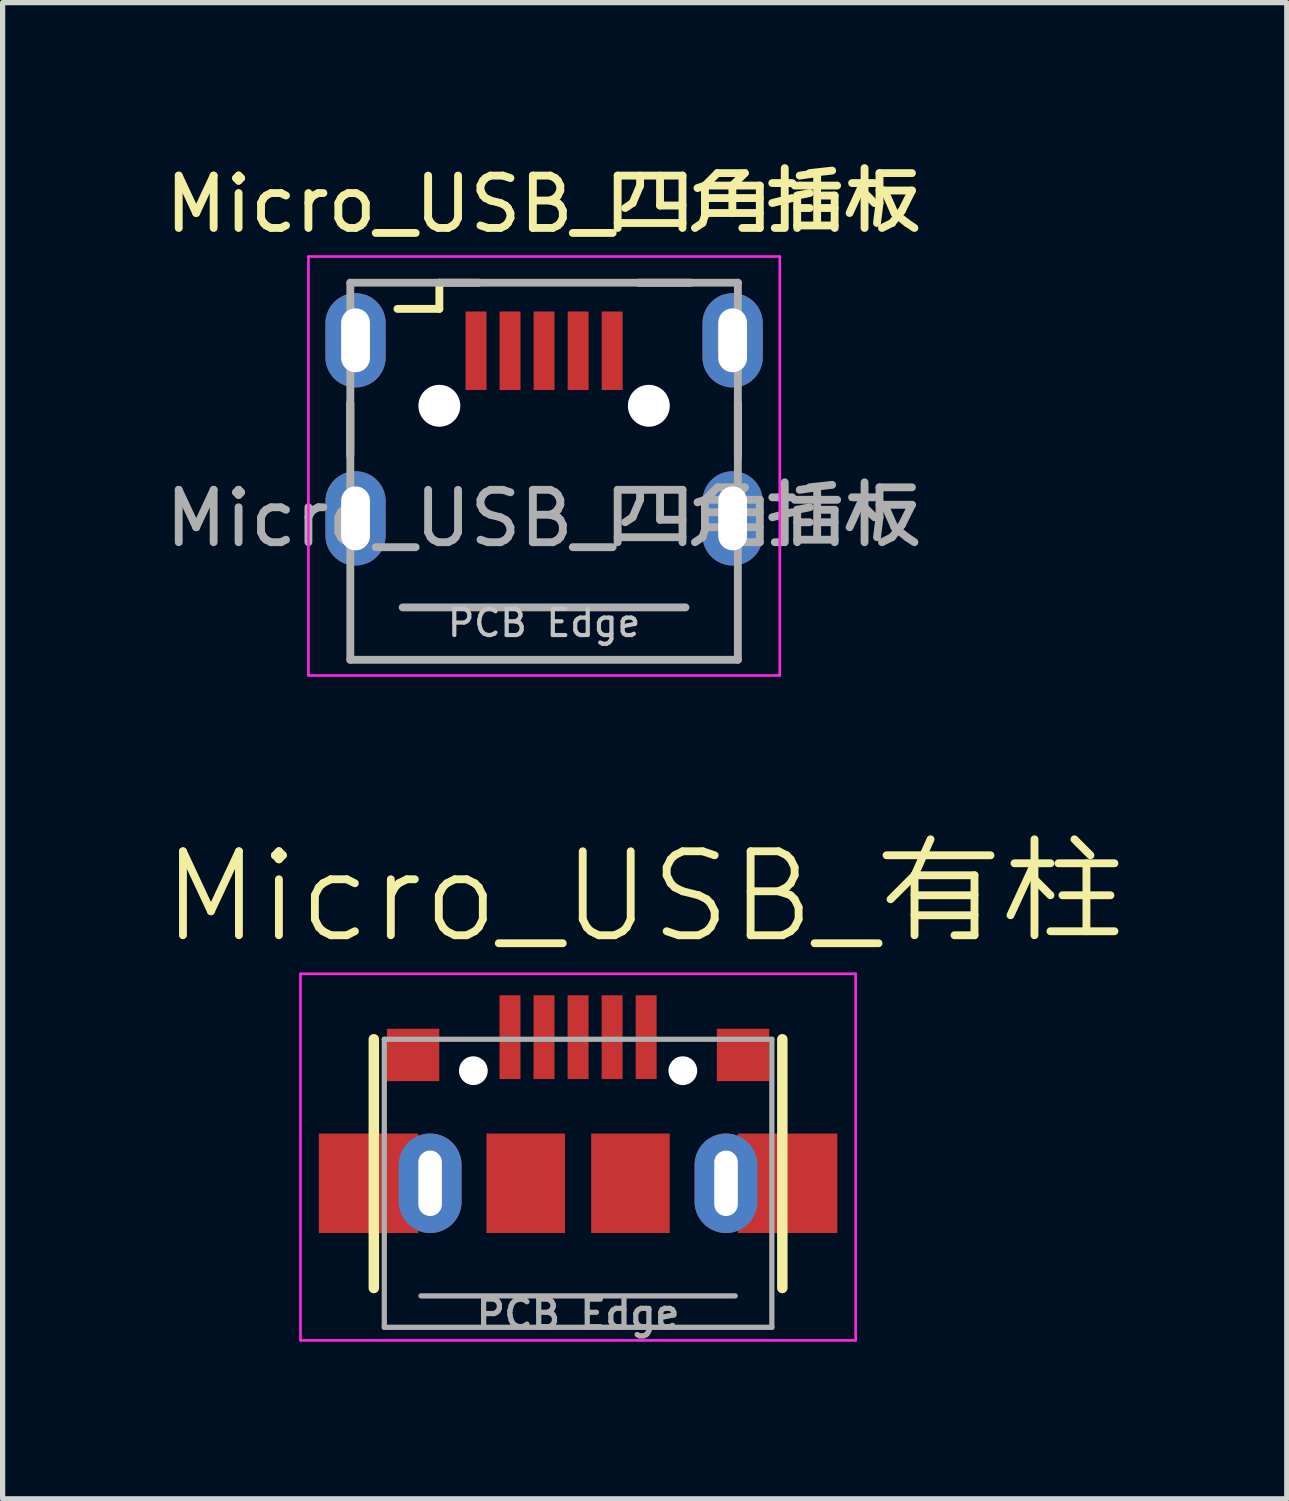
<source format=kicad_pcb>
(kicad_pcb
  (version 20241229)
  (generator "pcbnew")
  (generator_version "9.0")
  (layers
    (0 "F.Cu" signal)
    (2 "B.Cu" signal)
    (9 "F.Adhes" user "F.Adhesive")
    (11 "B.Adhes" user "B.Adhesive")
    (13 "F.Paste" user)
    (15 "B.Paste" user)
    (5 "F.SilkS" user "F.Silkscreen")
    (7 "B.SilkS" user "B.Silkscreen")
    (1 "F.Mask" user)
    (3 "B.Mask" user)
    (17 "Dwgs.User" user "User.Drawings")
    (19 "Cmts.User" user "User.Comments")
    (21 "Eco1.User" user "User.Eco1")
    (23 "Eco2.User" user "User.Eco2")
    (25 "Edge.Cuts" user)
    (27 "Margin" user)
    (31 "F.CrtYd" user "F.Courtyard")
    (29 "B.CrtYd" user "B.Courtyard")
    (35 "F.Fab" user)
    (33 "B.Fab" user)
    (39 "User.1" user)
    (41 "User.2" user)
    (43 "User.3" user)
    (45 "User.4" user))
  (footprint "Micro_USB_四角插板"
    (layer "F.Cu")
    (at 7.339 6.848)
    (property "Reference" "Micro_USB_四角插板" (at 0 -6 0) (layer "F.SilkS") (effects (font (size 1 1) (thickness 0.15))))
    (attr smd)
    (fp_line (start -3.7 -2.2) (end -3.7 -1.2) (stroke (width 0.15) (type solid)) (layer "F.SilkS"))
    (fp_line (start -2 -4) (end -2.8 -4) (stroke (width 0.15) (type solid)) (layer "F.SilkS"))
    (fp_line (start -2 -4) (end -2 -4.5) (stroke (width 0.15) (type solid)) (layer "F.SilkS"))
    (fp_line (start -1.25 -4.5) (end -2 -4.5) (stroke (width 0.15) (type solid)) (layer "F.SilkS"))
    (fp_line (start 1.8 -4.5) (end 2.8 -4.5) (stroke (width 0.15) (type solid)) (layer "F.SilkS"))
    (fp_line (start 3.7 -1.2) (end 3.7 -2.2) (stroke (width 0.15) (type solid)) (layer "F.SilkS"))
    (fp_line (start -4.5 -5) (end -4.5 3) (stroke (width 0.05) (type solid)) (layer "F.CrtYd"))
    (fp_line (start -4.5 3) (end 4.5 3) (stroke (width 0.05) (type solid)) (layer "F.CrtYd"))
    (fp_line (start 4.5 -5) (end -4.5 -5) (stroke (width 0.05) (type solid)) (layer "F.CrtYd"))
    (fp_line (start 4.5 3) (end 4.5 -5) (stroke (width 0.05) (type solid)) (layer "F.CrtYd"))
    (fp_line (start -3.7 -4.5) (end -3.7 2.7) (stroke (width 0.15) (type solid)) (layer "F.Fab"))
    (fp_line (start -3.7 2.7) (end 3.7 2.7) (stroke (width 0.15) (type solid)) (layer "F.Fab"))
    (fp_line (start -2.7 1.7) (end 2.7 1.7) (stroke (width 0.15) (type solid)) (layer "F.Fab"))
    (fp_line (start 3.7 -4.5) (end -3.7 -4.5) (stroke (width 0.15) (type solid)) (layer "F.Fab"))
    (fp_line (start 3.7 2.7) (end 3.7 -4.5) (stroke (width 0.15) (type solid)) (layer "F.Fab"))
    (fp_text user "PCB Edge" (at 0 2 0) (layer "Dwgs.User") (effects (font (size 0.5 0.5) (thickness 0.08))))
    (fp_text user "${REFERENCE}" (at 0 0 0) (layer "F.Fab") (effects (font (size 1 1) (thickness 0.15))))
    (pad "" np_thru_hole oval (at -2 -2.15) (size 0.8 0.8) (drill 0.8) (layers "*.Cu" "*.Mask"))
    (pad "" np_thru_hole oval (at 2 -2.15) (size 0.8 0.8) (drill 0.8) (layers "*.Cu" "*.Mask"))
    (pad "1" smd rect (at -1.3 -3.2) (size 0.4 1.5) (layers "F.Cu" "F.Mask" "F.Paste"))
    (pad "2" smd rect (at -0.65 -3.2) (size 0.4 1.5) (layers "F.Cu" "F.Mask" "F.Paste"))
    (pad "3" smd rect (at 0 -3.2) (size 0.4 1.5) (layers "F.Cu" "F.Mask" "F.Paste"))
    (pad "4" smd rect (at 0.65 -3.2) (size 0.4 1.5) (layers "F.Cu" "F.Mask" "F.Paste"))
    (pad "5" smd rect (at 1.3 -3.2) (size 0.4 1.5) (layers "F.Cu" "F.Mask" "F.Paste"))
    (pad "6" thru_hole oval (at -3.6 -3.4) (size 1.15 1.8) (drill oval 0.55 1.22) (layers "*.Cu" "*.Mask"))
    (pad "6" thru_hole oval (at -3.6 0) (size 1.15 1.8) (drill oval 0.55 1.22) (layers "*.Cu" "*.Mask"))
    (pad "6" thru_hole oval (at 3.6 -3.4) (size 1.15 1.8) (drill oval 0.55 1.22) (layers "*.Cu" "*.Mask"))
    (pad "6" thru_hole oval (at 3.6 0) (size 1.15 1.8) (drill oval 0.55 1.22) (layers "*.Cu" "*.Mask")))
  (footprint "Micro_USB_有柱"
    (layer "F.Cu")
    (at 7.988 19.544)
    (property "Reference" "Micro_USB_有柱" (at 1.272 -5.47 0) (layer "F.SilkS") (effects (font (size 1.603 1.603) (thickness 0.15))))
    (attr smd)
    (fp_line (start -3.9 2) (end -3.9 -2.75) (stroke (width 0.2) (type solid)) (layer "F.SilkS"))
    (fp_line (start 3.9 2) (end 3.9 -2.75) (stroke (width 0.2) (type solid)) (layer "F.SilkS"))
    (fp_line (start -5.3 -4) (end 5.3 -4) (stroke (width 0.05) (type solid)) (layer "F.CrtYd"))
    (fp_line (start -5.3 3) (end -5.3 -4) (stroke (width 0.05) (type solid)) (layer "F.CrtYd"))
    (fp_line (start -5.3 3) (end 5.3 3) (stroke (width 0.05) (type solid)) (layer "F.CrtYd"))
    (fp_line (start 5.3 3) (end 5.3 -4) (stroke (width 0.05) (type solid)) (layer "F.CrtYd"))
    (fp_line (start -3.7 -2.75) (end 3.7 -2.75) (stroke (width 0.1) (type solid)) (layer "F.Fab"))
    (fp_line (start -3.7 2.75) (end -3.7 -2.75) (stroke (width 0.1) (type solid)) (layer "F.Fab"))
    (fp_line (start -3.7 2.75) (end 3.7 2.75) (stroke (width 0.1) (type solid)) (layer "F.Fab"))
    (fp_line (start -3 2.15) (end 3 2.15) (stroke (width 0.1) (type solid)) (layer "F.Fab"))
    (fp_line (start 3.7 2.75) (end 3.7 -2.75) (stroke (width 0.1) (type solid)) (layer "F.Fab"))
    (fp_text user "PCB Edge" (at 0 2.5 0) (layer "F.Fab") (effects (font (size 0.526 0.526) (thickness 0.1) (bold yes))))
    (pad "" np_thru_hole circle (at -2 -2.15) (size 0.55 0.55) (drill 0.55) (layers "*.Cu" "*.Mask"))
    (pad "" np_thru_hole circle (at 2 -2.15) (size 0.55 0.55) (drill 0.55) (layers "*.Cu" "*.Mask"))
    (pad "1" smd rect (at -1.3 -2.79) (size 0.4 1.6) (layers "F.Cu" "F.Mask" "F.Paste"))
    (pad "2" smd rect (at -0.65 -2.79) (size 0.4 1.6) (layers "F.Cu" "F.Mask" "F.Paste"))
    (pad "3" smd rect (at 0 -2.79) (size 0.4 1.6) (layers "F.Cu" "F.Mask" "F.Paste"))
    (pad "4" smd rect (at 0.65 -2.79) (size 0.4 1.6) (layers "F.Cu" "F.Mask" "F.Paste"))
    (pad "5" smd rect (at 1.3 -2.79) (size 0.4 1.6) (layers "F.Cu" "F.Mask" "F.Paste"))
    (pad "6" smd rect (at -4 0) (size 1.9 1.9) (layers "F.Cu" "F.Mask" "F.Paste"))
    (pad "6" smd rect (at -3.15 -2.45) (size 1 1) (layers "F.Cu" "F.Mask" "F.Paste"))
    (pad "6" thru_hole oval (at -2.825 0) (size 1.2 1.9) (drill oval 0.45 1.25) (layers "*.Cu" "*.Mask"))
    (pad "6" smd rect (at -1 0) (size 1.5 1.9) (layers "F.Cu" "F.Mask" "F.Paste"))
    (pad "6" smd rect (at 1 0) (size 1.5 1.9) (layers "F.Cu" "F.Mask" "F.Paste"))
    (pad "6" thru_hole oval (at 2.825 0) (size 1.2 1.9) (drill oval 0.45 1.25) (layers "*.Cu" "*.Mask"))
    (pad "6" smd rect (at 3.15 -2.45) (size 1 1) (layers "F.Cu" "F.Mask" "F.Paste"))
    (pad "6" smd rect (at 4 0) (size 1.9 1.9) (layers "F.Cu" "F.Mask" "F.Paste")))
  (gr_rect
    (start -3 -3)
    (end 21.52 25.569)
    (stroke (width 0.1) (type default))
    (fill no)
    (layer "Edge.Cuts")))
</source>
